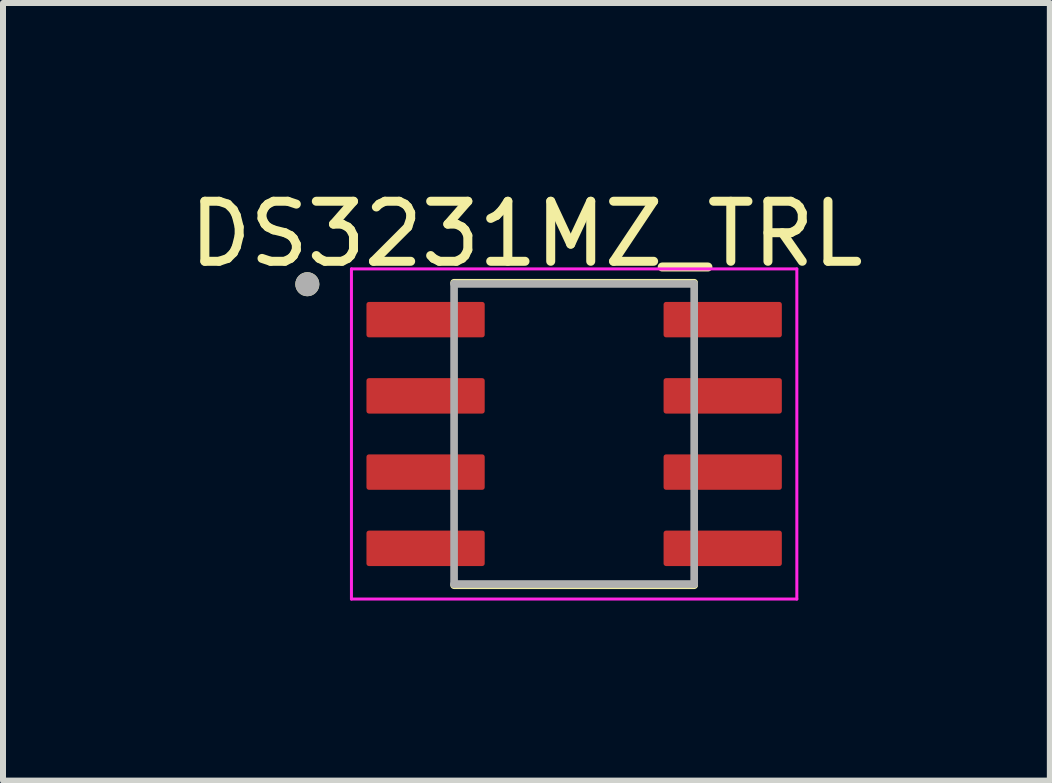
<source format=kicad_pcb>
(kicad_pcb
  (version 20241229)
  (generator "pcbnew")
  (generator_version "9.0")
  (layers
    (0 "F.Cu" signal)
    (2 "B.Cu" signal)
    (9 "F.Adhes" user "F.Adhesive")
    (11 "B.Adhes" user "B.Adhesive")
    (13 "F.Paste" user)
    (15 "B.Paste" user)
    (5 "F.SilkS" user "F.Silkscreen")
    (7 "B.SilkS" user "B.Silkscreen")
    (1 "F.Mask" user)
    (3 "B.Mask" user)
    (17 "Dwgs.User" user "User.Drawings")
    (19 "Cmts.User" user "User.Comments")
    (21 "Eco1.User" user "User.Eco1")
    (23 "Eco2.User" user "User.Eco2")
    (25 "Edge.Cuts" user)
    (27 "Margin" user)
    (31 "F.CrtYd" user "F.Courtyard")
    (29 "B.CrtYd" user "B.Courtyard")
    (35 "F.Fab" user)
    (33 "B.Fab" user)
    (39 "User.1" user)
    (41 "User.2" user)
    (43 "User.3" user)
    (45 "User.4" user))
  (footprint "DS3231MZ_TRL"
    (layer "F.Cu")
    (at 6.515 4.18)
    (property "Reference" "DS3231MZ_TRL" (at -0.795 -3.332 0) (layer "F.SilkS") (effects (font (size 1 1) (thickness 0.15))))
    (attr smd)
    (fp_line (start -2 -2.52) (end 2 -2.52) (stroke (width 0.127) (type solid)) (layer "F.SilkS"))
    (fp_line (start -2 2.52) (end 2 2.52) (stroke (width 0.127) (type solid)) (layer "F.SilkS"))
    (fp_circle (center -4.445 -2.495) (end -4.345 -2.495) (stroke (width 0.2) (type solid)) (fill no) (layer "F.SilkS"))
    (fp_line (start -3.71 -2.75) (end -3.71 2.75) (stroke (width 0.05) (type solid)) (layer "F.CrtYd"))
    (fp_line (start -3.71 -2.75) (end 3.71 -2.75) (stroke (width 0.05) (type solid)) (layer "F.CrtYd"))
    (fp_line (start -3.71 2.75) (end 3.71 2.75) (stroke (width 0.05) (type solid)) (layer "F.CrtYd"))
    (fp_line (start 3.71 -2.75) (end 3.71 2.75) (stroke (width 0.05) (type solid)) (layer "F.CrtYd"))
    (fp_line (start -2 -2.5) (end -2 2.5) (stroke (width 0.127) (type solid)) (layer "F.Fab"))
    (fp_line (start -2 -2.5) (end 2 -2.5) (stroke (width 0.127) (type solid)) (layer "F.Fab"))
    (fp_line (start -2 2.5) (end 2 2.5) (stroke (width 0.127) (type solid)) (layer "F.Fab"))
    (fp_line (start 2 -2.5) (end 2 2.5) (stroke (width 0.127) (type solid)) (layer "F.Fab"))
    (fp_circle (center -4.445 -2.495) (end -4.345 -2.495) (stroke (width 0.2) (type solid)) (fill no) (layer "F.Fab"))
    (pad "1" smd roundrect (at -2.475 -1.905) (size 1.97 0.59) (layers "F.Cu" "F.Mask" "F.Paste") (roundrect_rratio 0.07))
    (pad "2" smd roundrect (at -2.475 -0.635) (size 1.97 0.59) (layers "F.Cu" "F.Mask" "F.Paste") (roundrect_rratio 0.07))
    (pad "3" smd roundrect (at -2.475 0.635) (size 1.97 0.59) (layers "F.Cu" "F.Mask" "F.Paste") (roundrect_rratio 0.07))
    (pad "4" smd roundrect (at -2.475 1.905) (size 1.97 0.59) (layers "F.Cu" "F.Mask" "F.Paste") (roundrect_rratio 0.07))
    (pad "5" smd roundrect (at 2.475 1.905) (size 1.97 0.59) (layers "F.Cu" "F.Mask" "F.Paste") (roundrect_rratio 0.07))
    (pad "6" smd roundrect (at 2.475 0.635) (size 1.97 0.59) (layers "F.Cu" "F.Mask" "F.Paste") (roundrect_rratio 0.07))
    (pad "7" smd roundrect (at 2.475 -0.635) (size 1.97 0.59) (layers "F.Cu" "F.Mask" "F.Paste") (roundrect_rratio 0.07))
    (pad "8" smd roundrect (at 2.475 -1.905) (size 1.97 0.59) (layers "F.Cu" "F.Mask" "F.Paste") (roundrect_rratio 0.07)))
  (gr_rect
    (start -3 -3)
    (end 14.44 9.955)
    (stroke (width 0.1) (type default))
    (fill no)
    (layer "Edge.Cuts")))
</source>
